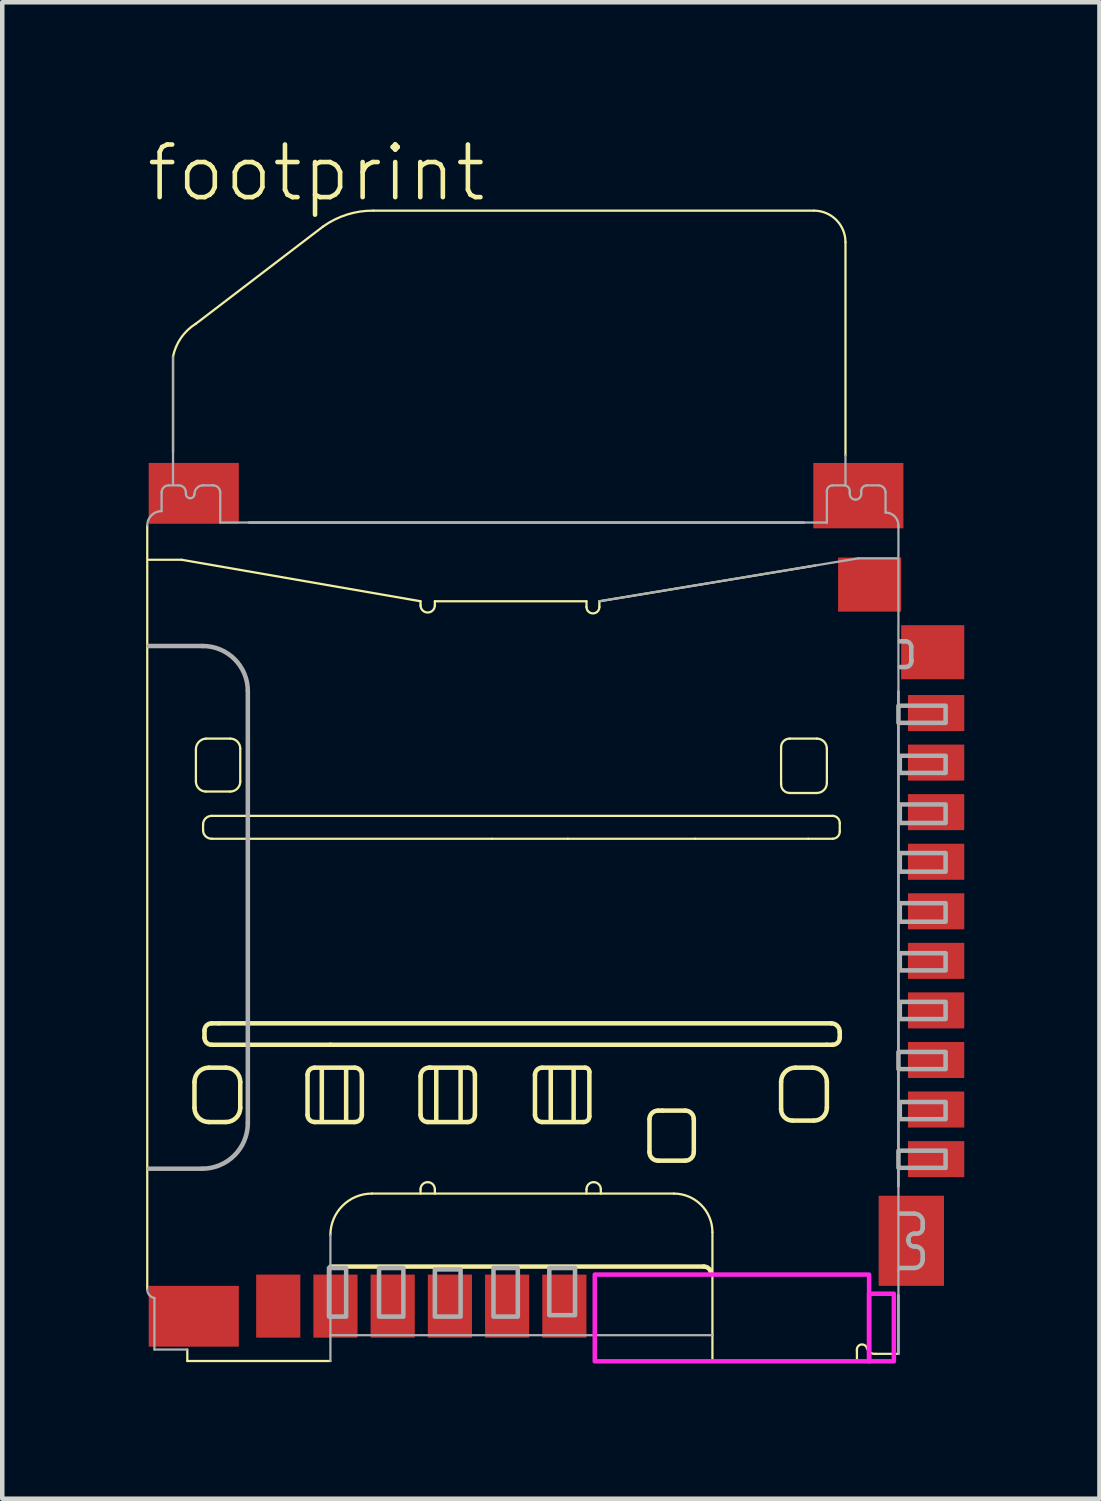
<source format=kicad_pcb>
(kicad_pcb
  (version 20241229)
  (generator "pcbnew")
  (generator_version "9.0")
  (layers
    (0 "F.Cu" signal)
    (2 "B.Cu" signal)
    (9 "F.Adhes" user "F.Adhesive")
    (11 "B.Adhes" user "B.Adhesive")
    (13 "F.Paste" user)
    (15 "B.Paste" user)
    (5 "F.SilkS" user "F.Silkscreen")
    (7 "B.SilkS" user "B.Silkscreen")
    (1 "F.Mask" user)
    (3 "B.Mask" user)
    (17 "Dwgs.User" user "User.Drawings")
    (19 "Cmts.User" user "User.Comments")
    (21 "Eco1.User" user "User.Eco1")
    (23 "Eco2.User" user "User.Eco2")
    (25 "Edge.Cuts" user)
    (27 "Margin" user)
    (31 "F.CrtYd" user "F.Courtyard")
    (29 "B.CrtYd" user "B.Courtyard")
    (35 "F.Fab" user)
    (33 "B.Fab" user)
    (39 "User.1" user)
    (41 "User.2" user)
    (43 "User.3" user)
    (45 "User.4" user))
  (footprint "footprint"
    (layer "F.Cu")
    (at 0.25 26.837)
    (property "Reference" "footprint" (at -0.102 -25.364 0) (layer "F.SilkS") (effects (font (size 1.168 1.168) (thickness 0.102)) (justify left bottom)))
    (fp_line (start -0.032 -18.226) (end -0.032 -1.27) (stroke (width 0.05) (type solid)) (layer "F.SilkS"))
    (fp_line (start -0.000003 -17.464) (end 0.73 -17.464) (stroke (width 0.05) (type solid)) (layer "F.SilkS"))
    (fp_line (start 0.54 -21.973) (end 0.54 -21.973) (stroke (width 0.05) (type solid)) (layer "F.SilkS"))
    (fp_line (start 0.54 -19.846) (end 0.54 -21.973) (stroke (width 0.05) (type solid)) (layer "F.SilkS"))
    (fp_line (start 0.73 -17.464) (end 6.033 -16.543) (stroke (width 0.05) (type solid)) (layer "F.SilkS"))
    (fp_line (start 0.857 0.064) (end 0.857 0.318) (stroke (width 0.05) (type solid)) (layer "F.SilkS"))
    (fp_line (start 0.857 0.318) (end 4.033 0.318) (stroke (width 0.05) (type solid)) (layer "F.SilkS"))
    (fp_line (start 1.016 -5.303) (end 1.016 -5.874) (stroke (width 0.1) (type solid)) (layer "F.SilkS"))
    (fp_line (start 1.048 -13.241) (end 1.048 -12.542) (stroke (width 0.05) (type solid)) (layer "F.SilkS"))
    (fp_line (start 1.048 -22.703) (end 3.874 -24.863) (stroke (width 0.05) (type solid)) (layer "F.SilkS"))
    (fp_line (start 1.207 -11.463) (end 1.207 -11.59) (stroke (width 0.05) (type solid)) (layer "F.SilkS"))
    (fp_line (start 1.238 -6.859) (end 1.238 -7.017) (stroke (width 0.1) (type solid)) (layer "F.SilkS"))
    (fp_line (start 1.27 -12.32) (end 1.81 -12.32) (stroke (width 0.05) (type solid)) (layer "F.SilkS"))
    (fp_line (start 1.334 -6.192) (end 1.715 -6.192) (stroke (width 0.1) (type solid)) (layer "F.SilkS"))
    (fp_line (start 1.397 -11.78) (end 15.178 -11.78) (stroke (width 0.05) (type solid)) (layer "F.SilkS"))
    (fp_line (start 1.397 -7.176) (end 1.556 -7.176) (stroke (width 0.1) (type solid)) (layer "F.SilkS"))
    (fp_line (start 1.556 -7.176) (end 15.146 -7.176) (stroke (width 0.1) (type solid)) (layer "F.SilkS"))
    (fp_line (start 1.715 -4.985) (end 1.334 -4.985) (stroke (width 0.1) (type solid)) (layer "F.SilkS"))
    (fp_line (start 1.81 -13.495) (end 1.27 -13.495) (stroke (width 0.05) (type solid)) (layer "F.SilkS"))
    (fp_line (start 2.032 -12.542) (end 2.032 -13.273) (stroke (width 0.05) (type solid)) (layer "F.SilkS"))
    (fp_line (start 2.032 -5.874) (end 2.032 -5.303) (stroke (width 0.1) (type solid)) (layer "F.SilkS"))
    (fp_line (start 2.223 -18.29) (end 14.543 -18.29) (stroke (width 0.05) (type solid)) (layer "F.SilkS"))
    (fp_line (start 3.525 -5.144) (end 3.525 -6.033) (stroke (width 0.1) (type solid)) (layer "F.SilkS"))
    (fp_line (start 3.683 -6.192) (end 4.572 -6.192) (stroke (width 0.1) (type solid)) (layer "F.SilkS"))
    (fp_line (start 3.842 -6.16) (end 3.842 -5.049) (stroke (width 0.1) (type solid)) (layer "F.SilkS"))
    (fp_line (start 4.033 -6.7) (end 1.397 -6.7) (stroke (width 0.1) (type solid)) (layer "F.SilkS"))
    (fp_line (start 4.033 -1.778) (end 12.32 -1.778) (stroke (width 0.1) (type solid)) (layer "F.SilkS"))
    (fp_line (start 4.382 -6.16) (end 4.382 -5.017) (stroke (width 0.1) (type solid)) (layer "F.SilkS"))
    (fp_line (start 4.572 -4.985) (end 3.683 -4.985) (stroke (width 0.1) (type solid)) (layer "F.SilkS"))
    (fp_line (start 4.731 -6.033) (end 4.731 -5.144) (stroke (width 0.1) (type solid)) (layer "F.SilkS"))
    (fp_line (start 4.953 -3.398) (end 11.653 -3.398) (stroke (width 0.05) (type solid)) (layer "F.SilkS"))
    (fp_line (start 4.985 -25.212) (end 14.764 -25.212) (stroke (width 0.05) (type solid)) (layer "F.SilkS"))
    (fp_line (start 6.033 -16.543) (end 6.033 -16.448) (stroke (width 0.05) (type solid)) (layer "F.SilkS"))
    (fp_line (start 6.033 -5.144) (end 6.033 -6.001) (stroke (width 0.1) (type solid)) (layer "F.SilkS"))
    (fp_line (start 6.033 -3.398) (end 6.033 -3.493) (stroke (width 0.05) (type solid)) (layer "F.SilkS"))
    (fp_line (start 6.224 -6.192) (end 6.255 -6.192) (stroke (width 0.1) (type solid)) (layer "F.SilkS"))
    (fp_line (start 6.255 -6.192) (end 7.081 -6.192) (stroke (width 0.1) (type solid)) (layer "F.SilkS"))
    (fp_line (start 6.351 -16.543) (end 9.716 -16.543) (stroke (width 0.05) (type solid)) (layer "F.SilkS"))
    (fp_line (start 6.351 -16.448) (end 6.351 -16.543) (stroke (width 0.05) (type solid)) (layer "F.SilkS"))
    (fp_line (start 6.351 -3.398) (end 6.351 -3.493) (stroke (width 0.05) (type solid)) (layer "F.SilkS"))
    (fp_line (start 6.382 -6.16) (end 6.382 -5.049) (stroke (width 0.1) (type solid)) (layer "F.SilkS"))
    (fp_line (start 6.922 -6.16) (end 6.922 -5.049) (stroke (width 0.1) (type solid)) (layer "F.SilkS"))
    (fp_line (start 7.081 -4.985) (end 6.192 -4.985) (stroke (width 0.1) (type solid)) (layer "F.SilkS"))
    (fp_line (start 7.24 -6.033) (end 7.24 -5.144) (stroke (width 0.1) (type solid)) (layer "F.SilkS"))
    (fp_line (start 7.621 -11.272) (end 1.397 -11.272) (stroke (width 0.05) (type solid)) (layer "F.SilkS"))
    (fp_line (start 8.573 -5.144) (end 8.573 -6.033) (stroke (width 0.1) (type solid)) (layer "F.SilkS"))
    (fp_line (start 8.732 -6.192) (end 9.685 -6.192) (stroke (width 0.1) (type solid)) (layer "F.SilkS"))
    (fp_line (start 8.923 -6.16) (end 8.923 -5.049) (stroke (width 0.1) (type solid)) (layer "F.SilkS"))
    (fp_line (start 9.304 -11.272) (end 7.621 -11.272) (stroke (width 0.05) (type solid)) (layer "F.SilkS"))
    (fp_line (start 9.431 -6.16) (end 9.431 -5.017) (stroke (width 0.1) (type solid)) (layer "F.SilkS"))
    (fp_line (start 9.653 -4.985) (end 8.732 -4.985) (stroke (width 0.1) (type solid)) (layer "F.SilkS"))
    (fp_line (start 9.716 -16.543) (end 9.716 -16.416) (stroke (width 0.05) (type solid)) (layer "F.SilkS"))
    (fp_line (start 9.716 -3.398) (end 9.716 -3.493) (stroke (width 0.05) (type solid)) (layer "F.SilkS"))
    (fp_line (start 9.78 -6.097) (end 9.78 -5.112) (stroke (width 0.1) (type solid)) (layer "F.SilkS"))
    (fp_line (start 10.002 -16.543) (end 14.797 -17.337) (stroke (width 0.05) (type solid)) (layer "F.SilkS"))
    (fp_line (start 10.002 -16.416) (end 10.002 -16.543) (stroke (width 0.05) (type solid)) (layer "F.SilkS"))
    (fp_line (start 10.034 -3.398) (end 10.034 -3.493) (stroke (width 0.05) (type solid)) (layer "F.SilkS"))
    (fp_line (start 11.114 -4.318) (end 11.114 -5.049) (stroke (width 0.1) (type solid)) (layer "F.SilkS"))
    (fp_line (start 11.304 -5.239) (end 11.399 -5.239) (stroke (width 0.1) (type solid)) (layer "F.SilkS"))
    (fp_line (start 11.399 -5.239) (end 11.907 -5.239) (stroke (width 0.1) (type solid)) (layer "F.SilkS"))
    (fp_line (start 11.907 -4.128) (end 11.304 -4.128) (stroke (width 0.1) (type solid)) (layer "F.SilkS"))
    (fp_line (start 12.098 -5.049) (end 12.098 -4.318) (stroke (width 0.1) (type solid)) (layer "F.SilkS"))
    (fp_line (start 12.13 -11.272) (end 9.304 -11.272) (stroke (width 0.05) (type solid)) (layer "F.SilkS"))
    (fp_line (start 12.511 -2.54) (end 12.511 -0.254) (stroke (width 0.05) (type solid)) (layer "F.SilkS"))
    (fp_line (start 12.511 -0.254) (end 12.511 0.318) (stroke (width 0.05) (type solid)) (layer "F.SilkS"))
    (fp_line (start 12.511 0.318) (end 15.718 0.318) (stroke (width 0.05) (type solid)) (layer "F.SilkS"))
    (fp_line (start 14.035 -13.305) (end 14.035 -12.511) (stroke (width 0.05) (type solid)) (layer "F.SilkS"))
    (fp_line (start 14.035 -12.511) (end 14.035 -12.479) (stroke (width 0.05) (type solid)) (layer "F.SilkS"))
    (fp_line (start 14.035 -5.271) (end 14.035 -5.874) (stroke (width 0.1) (type solid)) (layer "F.SilkS"))
    (fp_line (start 14.225 -12.288) (end 14.829 -12.288) (stroke (width 0.05) (type solid)) (layer "F.SilkS"))
    (fp_line (start 14.352 -6.192) (end 14.733 -6.192) (stroke (width 0.1) (type solid)) (layer "F.SilkS"))
    (fp_line (start 14.638 -11.272) (end 12.13 -11.272) (stroke (width 0.05) (type solid)) (layer "F.SilkS"))
    (fp_line (start 14.765 -5.017) (end 14.289 -5.017) (stroke (width 0.1) (type solid)) (layer "F.SilkS"))
    (fp_line (start 14.829 -13.495) (end 14.225 -13.495) (stroke (width 0.05) (type solid)) (layer "F.SilkS"))
    (fp_line (start 15.051 -12.511) (end 15.051 -13.273) (stroke (width 0.05) (type solid)) (layer "F.SilkS"))
    (fp_line (start 15.051 -6.7) (end 4.033 -6.7) (stroke (width 0.1) (type solid)) (layer "F.SilkS"))
    (fp_line (start 15.051 -5.874) (end 15.051 -5.303) (stroke (width 0.1) (type solid)) (layer "F.SilkS"))
    (fp_line (start 15.178 -11.272) (end 14.638 -11.272) (stroke (width 0.05) (type solid)) (layer "F.SilkS"))
    (fp_line (start 15.178 -6.7) (end 15.051 -6.7) (stroke (width 0.1) (type solid)) (layer "F.SilkS"))
    (fp_line (start 15.337 -11.622) (end 15.337 -11.431) (stroke (width 0.05) (type solid)) (layer "F.SilkS"))
    (fp_line (start 15.337 -6.986) (end 15.337 -6.859) (stroke (width 0.1) (type solid)) (layer "F.SilkS"))
    (fp_line (start 15.464 -24.512) (end 15.464 -19.782) (stroke (width 0.05) (type solid)) (layer "F.SilkS"))
    (fp_line (start 15.718 0.095) (end 15.718 0.064) (stroke (width 0.05) (type solid)) (layer "F.SilkS"))
    (fp_line (start 15.718 0.318) (end 15.718 0.095) (stroke (width 0.05) (type solid)) (layer "F.SilkS"))
    (fp_line (start 16.131 0.159) (end 16.639 0.159) (stroke (width 0.05) (type solid)) (layer "F.SilkS"))
    (fp_line (start 16.639 -3.556) (end 16.639 -14.543) (stroke (width 0.05) (type solid)) (layer "F.SilkS"))
    (fp_line (start 16.639 0.159) (end 16.639 -1.143) (stroke (width 0.05) (type solid)) (layer "F.SilkS"))
    (fp_line (start 16.924 -15.241) (end 16.924 -15.21) (stroke (width 0.1) (type solid)) (layer "F.SilkS"))
    (fp_arc (start 0.5398 -21.973075) (mid 0.718442 -22.390674) (end 1.04785 -22.703392) (stroke (width 0.05) (type solid)) (layer "F.SilkS"))
    (fp_arc (start 1.016096 -5.874306) (mid 1.109099 -6.098832) (end 1.333625 -6.191833) (stroke (width 0.1) (type solid)) (layer "F.SilkS"))
    (fp_arc (start 1.047845 -13.241003) (mid 1.10637 -13.414048) (end 1.270115 -13.495025) (stroke (width 0.05) (type solid)) (layer "F.SilkS"))
    (fp_arc (start 1.206609 -11.589843) (mid 1.262411 -11.724559) (end 1.397128 -11.78036) (stroke (width 0.05) (type solid)) (layer "F.SilkS"))
    (fp_arc (start 1.238365 -7.017412) (mid 1.284866 -7.129677) (end 1.397131 -7.176178) (stroke (width 0.1) (type solid)) (layer "F.SilkS"))
    (fp_arc (start 1.270118 -12.320162) (mid 1.112948 -12.385264) (end 1.047846 -12.542434) (stroke (width 0.05) (type solid)) (layer "F.SilkS"))
    (fp_arc (start 1.333625 -4.985221) (mid 1.109099 -5.078222) (end 1.016096 -5.302748) (stroke (width 0.1) (type solid)) (layer "F.SilkS"))
    (fp_arc (start 1.397128 -11.272312) (mid 1.262411 -11.328113) (end 1.206609 -11.462829) (stroke (width 0.05) (type solid)) (layer "F.SilkS"))
    (fp_arc (start 1.397128 -6.699884) (mid 1.284866 -6.746384) (end 1.238365 -6.858645) (stroke (width 0.1) (type solid)) (layer "F.SilkS"))
    (fp_arc (start 1.714662 -6.191834) (mid 1.939188 -6.098832) (end 2.03219 -5.874306) (stroke (width 0.1) (type solid)) (layer "F.SilkS"))
    (fp_arc (start 1.809915 -13.495025) (mid 1.967085 -13.429923) (end 2.032187 -13.272753) (stroke (width 0.05) (type solid)) (layer "F.SilkS"))
    (fp_arc (start 2.032185 -12.542431) (mid 1.967085 -12.385263) (end 1.809918 -12.320162) (stroke (width 0.05) (type solid)) (layer "F.SilkS"))
    (fp_arc (start 2.03219 -5.30275) (mid 1.939189 -5.078223) (end 1.714662 -4.98522) (stroke (width 0.1) (type solid)) (layer "F.SilkS"))
    (fp_arc (start 3.524584 -6.033071) (mid 3.571084 -6.145333) (end 3.683346 -6.191833) (stroke (width 0.1) (type solid)) (layer "F.SilkS"))
    (fp_arc (start 3.68335 -4.985221) (mid 3.571085 -5.031722) (end 3.524584 -5.143987) (stroke (width 0.1) (type solid)) (layer "F.SilkS"))
    (fp_arc (start 3.873865 -24.8626) (mid 4.401887 -25.125228) (end 4.985215 -25.21188) (stroke (width 0.05) (type solid)) (layer "F.SilkS"))
    (fp_arc (start 4.032628 -2.476731) (mid 4.302335 -3.12786) (end 4.953465 -3.397566) (stroke (width 0.05) (type solid)) (layer "F.SilkS"))
    (fp_arc (start 4.572431 -6.191834) (mid 4.684695 -6.145332) (end 4.731196 -6.033067) (stroke (width 0.1) (type solid)) (layer "F.SilkS"))
    (fp_arc (start 4.731196 -5.143987) (mid 4.684695 -5.031722) (end 4.572431 -4.98522) (stroke (width 0.1) (type solid)) (layer "F.SilkS"))
    (fp_arc (start 6.033068 -6.001315) (mid 6.08887 -6.136031) (end 6.223587 -6.191832) (stroke (width 0.1) (type solid)) (layer "F.SilkS"))
    (fp_arc (start 6.033068 -3.492828) (mid 6.07957 -3.605092) (end 6.191834 -3.651592) (stroke (width 0.05) (type solid)) (layer "F.SilkS"))
    (fp_arc (start 6.191833 -3.651593) (mid 6.304098 -3.605092) (end 6.3506 -3.492828) (stroke (width 0.05) (type solid)) (layer "F.SilkS"))
    (fp_arc (start 6.191834 -4.985221) (mid 6.079569 -5.031722) (end 6.033068 -5.143987) (stroke (width 0.1) (type solid)) (layer "F.SilkS"))
    (fp_arc (start 6.350595 -16.448053) (mid 6.19183 -16.289288) (end 6.033065 -16.448053) (stroke (width 0.05) (type solid)) (layer "F.SilkS"))
    (fp_arc (start 7.080918 -6.191834) (mid 7.193183 -6.145333) (end 7.239684 -6.033068) (stroke (width 0.1) (type solid)) (layer "F.SilkS"))
    (fp_arc (start 7.239684 -5.143987) (mid 7.193183 -5.031722) (end 7.080918 -4.985221) (stroke (width 0.1) (type solid)) (layer "F.SilkS"))
    (fp_arc (start 8.573309 -6.033068) (mid 8.61981 -6.145333) (end 8.732075 -6.191834) (stroke (width 0.1) (type solid)) (layer "F.SilkS"))
    (fp_arc (start 8.732075 -4.985221) (mid 8.61981 -5.031722) (end 8.573309 -5.143987) (stroke (width 0.1) (type solid)) (layer "F.SilkS"))
    (fp_arc (start 9.684665 -6.191834) (mid 9.752024 -6.163933) (end 9.779925 -6.096574) (stroke (width 0.1) (type solid)) (layer "F.SilkS"))
    (fp_arc (start 9.716418 -3.492828) (mid 9.76292 -3.605092) (end 9.875184 -3.651592) (stroke (width 0.05) (type solid)) (layer "F.SilkS"))
    (fp_arc (start 9.779925 -5.112234) (mid 9.742724 -5.022421) (end 9.652912 -4.985219) (stroke (width 0.1) (type solid)) (layer "F.SilkS"))
    (fp_arc (start 9.875184 -3.651593) (mid 9.987446 -3.605093) (end 10.033946 -3.492831) (stroke (width 0.05) (type solid)) (layer "F.SilkS"))
    (fp_arc (start 10.002189 -16.4163) (mid 9.859302 -16.273413) (end 9.716415 -16.4163) (stroke (width 0.05) (type solid)) (layer "F.SilkS"))
    (fp_arc (start 11.11355 -5.048725) (mid 11.169351 -5.183442) (end 11.304068 -5.239243) (stroke (width 0.1) (type solid)) (layer "F.SilkS"))
    (fp_arc (start 11.304068 -4.12789) (mid 11.169351 -4.183691) (end 11.11355 -4.318408) (stroke (width 0.1) (type solid)) (layer "F.SilkS"))
    (fp_arc (start 11.653346 -3.397568) (mid 12.259571 -3.146461) (end 12.510678 -2.540236) (stroke (width 0.05) (type solid)) (layer "F.SilkS"))
    (fp_arc (start 11.907378 -5.239243) (mid 12.042093 -5.183441) (end 12.097893 -5.048726) (stroke (width 0.1) (type solid)) (layer "F.SilkS"))
    (fp_arc (start 12.097893 -4.318409) (mid 12.042092 -4.183691) (end 11.907375 -4.127889) (stroke (width 0.1) (type solid)) (layer "F.SilkS"))
    (fp_arc (start 12.320162 -1.778168) (mid 12.432427 -1.731667) (end 12.478928 -1.619402) (stroke (width 0.1) (type solid)) (layer "F.SilkS"))
    (fp_arc (start 14.034819 -13.304506) (mid 14.090622 -13.439224) (end 14.22534 -13.495025) (stroke (width 0.05) (type solid)) (layer "F.SilkS"))
    (fp_arc (start 14.034825 -5.874303) (mid 14.127828 -6.09883) (end 14.352356 -6.191832) (stroke (width 0.1) (type solid)) (layer "F.SilkS"))
    (fp_arc (start 14.225338 -12.288409) (mid 14.090622 -12.344211) (end 14.034821 -12.478928) (stroke (width 0.05) (type solid)) (layer "F.SilkS"))
    (fp_arc (start 14.288846 -5.016975) (mid 14.109226 -5.091375) (end 14.034825 -5.270994) (stroke (width 0.1) (type solid)) (layer "F.SilkS"))
    (fp_arc (start 14.733393 -6.191834) (mid 14.957919 -6.098832) (end 15.050921 -5.874306) (stroke (width 0.1) (type solid)) (layer "F.SilkS"))
    (fp_arc (start 14.763706 -25.211881) (mid 15.258681 -25.006856) (end 15.463706 -24.511881) (stroke (width 0.05) (type solid)) (layer "F.SilkS"))
    (fp_arc (start 14.828646 -13.495025) (mid 14.985816 -13.429923) (end 15.050918 -13.272753) (stroke (width 0.05) (type solid)) (layer "F.SilkS"))
    (fp_arc (start 15.050918 -12.510681) (mid 14.985816 -12.353511) (end 14.828646 -12.288409) (stroke (width 0.05) (type solid)) (layer "F.SilkS"))
    (fp_arc (start 15.050921 -5.302753) (mid 14.967219 -5.100677) (end 14.765143 -5.016975) (stroke (width 0.1) (type solid)) (layer "F.SilkS"))
    (fp_arc (start 15.146181 -7.176178) (mid 15.280899 -7.120375) (end 15.3367 -6.985657) (stroke (width 0.1) (type solid)) (layer "F.SilkS"))
    (fp_arc (start 15.177931 -11.780362) (mid 15.290195 -11.73386) (end 15.336696 -11.621595) (stroke (width 0.05) (type solid)) (layer "F.SilkS"))
    (fp_arc (start 15.336696 -11.431078) (mid 15.290195 -11.318813) (end 15.177931 -11.272311) (stroke (width 0.05) (type solid)) (layer "F.SilkS"))
    (fp_arc (start 15.3367 -6.858646) (mid 15.290199 -6.746384) (end 15.177937 -6.699883) (stroke (width 0.1) (type solid)) (layer "F.SilkS"))
    (fp_arc (start 15.717731 0.063506) (mid 15.815096 -0.048759) (end 15.940003 0.031751) (stroke (width 0.05) (type solid)) (layer "F.SilkS"))
    (fp_arc (start 16.13052 0.158765) (mid 16.012115 0.129978) (end 15.940003 0.031753) (stroke (width 0.05) (type solid)) (layer "F.SilkS"))
    (fp_poly (pts (xy 9.9 0.325) (xy 15.988 0.325) (xy 15.988 -1.6) (xy 9.9 -1.6)) (stroke (width 0.1) (type solid)) (fill no) (layer "F.CrtYd"))
    (fp_poly (pts (xy 15.988 0.325) (xy 16.538 0.325) (xy 16.538 -1.175) (xy 15.988 -1.175)) (stroke (width 0.1) (type solid)) (fill no) (layer "F.CrtYd"))
    (fp_line (start 0 -15.55) (end 1.2 -15.55) (stroke (width 0.1) (type solid)) (layer "F.Fab"))
    (fp_line (start 0.127 -1.08) (end 0.127 0.064) (stroke (width 0.05) (type solid)) (layer "F.Fab"))
    (fp_line (start 0.127 0.064) (end 0.857 0.064) (stroke (width 0.05) (type solid)) (layer "F.Fab"))
    (fp_line (start 0.286 -18.544) (end 0.286 -18.957) (stroke (width 0.05) (type solid)) (layer "F.Fab"))
    (fp_line (start 0.445 -19.115) (end 0.667 -19.115) (stroke (width 0.05) (type solid)) (layer "F.Fab"))
    (fp_line (start 0.54 -19.147) (end 0.54 -21.973) (stroke (width 0.05) (type solid)) (layer "F.Fab"))
    (fp_line (start 0.826 -18.957) (end 0.826 -18.925) (stroke (width 0.05) (type solid)) (layer "F.Fab"))
    (fp_line (start 1.188 -3.95) (end 0.006 -3.95) (stroke (width 0.1) (type solid)) (layer "F.Fab"))
    (fp_line (start 1.207 -19.115) (end 1.429 -19.115) (stroke (width 0.05) (type solid)) (layer "F.Fab"))
    (fp_line (start 1.588 -18.957) (end 1.588 -18.29) (stroke (width 0.05) (type solid)) (layer "F.Fab"))
    (fp_line (start 1.588 -18.29) (end 15.051 -18.29) (stroke (width 0.05) (type solid)) (layer "F.Fab"))
    (fp_line (start 2.2 -14.55) (end 2.2 -4.963) (stroke (width 0.1) (type solid)) (layer "F.Fab"))
    (fp_line (start 4.033 -0.254) (end 4.033 -2.477) (stroke (width 0.05) (type solid)) (layer "F.Fab"))
    (fp_line (start 4.033 -0.254) (end 12.511 -0.254) (stroke (width 0.05) (type solid)) (layer "F.Fab"))
    (fp_line (start 4.033 0.318) (end 4.033 -0.254) (stroke (width 0.05) (type solid)) (layer "F.Fab"))
    (fp_line (start 10.002 -16.543) (end 15.749 -17.496) (stroke (width 0.05) (type solid)) (layer "F.Fab"))
    (fp_line (start 15.051 -18.988) (end 15.051 -18.861) (stroke (width 0.05) (type solid)) (layer "F.Fab"))
    (fp_line (start 15.051 -18.29) (end 15.051 -18.861) (stroke (width 0.05) (type solid)) (layer "F.Fab"))
    (fp_line (start 15.432 -19.115) (end 15.178 -19.115) (stroke (width 0.05) (type solid)) (layer "F.Fab"))
    (fp_line (start 15.464 -19.781) (end 15.464 -19.147) (stroke (width 0.05) (type solid)) (layer "F.Fab"))
    (fp_line (start 15.559 -18.957) (end 15.559 -18.988) (stroke (width 0.05) (type solid)) (layer "F.Fab"))
    (fp_line (start 15.559 -18.925) (end 15.559 -18.957) (stroke (width 0.05) (type solid)) (layer "F.Fab"))
    (fp_line (start 15.749 -17.496) (end 16.607 -17.496) (stroke (width 0.05) (type solid)) (layer "F.Fab"))
    (fp_line (start 15.813 -18.988) (end 15.813 -18.925) (stroke (width 0.05) (type solid)) (layer "F.Fab"))
    (fp_line (start 16.194 -19.115) (end 15.94 -19.115) (stroke (width 0.05) (type solid)) (layer "F.Fab"))
    (fp_line (start 16.353 -18.512) (end 16.353 -18.957) (stroke (width 0.05) (type solid)) (layer "F.Fab"))
    (fp_line (start 16.639 -18.194) (end 16.639 -18.226) (stroke (width 0.05) (type solid)) (layer "F.Fab"))
    (fp_line (start 16.639 -1.683) (end 16.639 -18.194) (stroke (width 0.05) (type solid)) (layer "F.Fab"))
    (fp_line (start 16.639 0.159) (end 16.639 -1.683) (stroke (width 0.05) (type solid)) (layer "F.Fab"))
    (fp_line (start 16.67 -15.654) (end 16.734 -15.654) (stroke (width 0.1) (type solid)) (layer "F.Fab"))
    (fp_line (start 16.67 -2.953) (end 16.988 -2.953) (stroke (width 0.1) (type solid)) (layer "F.Fab"))
    (fp_line (start 16.734 -15.654) (end 16.797 -15.654) (stroke (width 0.1) (type solid)) (layer "F.Fab"))
    (fp_line (start 16.797 -15.083) (end 16.67 -15.083) (stroke (width 0.1) (type solid)) (layer "F.Fab"))
    (fp_line (start 16.861 -2.381) (end 16.861 -2.35) (stroke (width 0.1) (type solid)) (layer "F.Fab"))
    (fp_line (start 16.924 -15.527) (end 16.924 -15.241) (stroke (width 0.1) (type solid)) (layer "F.Fab"))
    (fp_line (start 16.988 -1.746) (end 16.67 -1.746) (stroke (width 0.1) (type solid)) (layer "F.Fab"))
    (fp_line (start 16.988 -2.223) (end 17.02 -2.223) (stroke (width 0.1) (type solid)) (layer "F.Fab"))
    (fp_line (start 17.051 -2.508) (end 16.988 -2.508) (stroke (width 0.1) (type solid)) (layer "F.Fab"))
    (fp_line (start 17.178 -2.731) (end 17.178 -2.635) (stroke (width 0.1) (type solid)) (layer "F.Fab"))
    (fp_line (start 17.178 -2.064) (end 17.178 -1.937) (stroke (width 0.1) (type solid)) (layer "F.Fab"))
    (fp_arc (start -0.031757 -18.226218) (mid 0.061246 -18.450747) (end 0.285775 -18.54375) (stroke (width 0.05) (type solid)) (layer "F.Fab"))
    (fp_arc (start 0.127007 -1.0796) (mid 0.013137 -1.146119) (end -0.031756 -1.270118) (stroke (width 0.05) (type solid)) (layer "F.Fab"))
    (fp_arc (start 0.285775 -18.956543) (mid 0.332275 -19.068805) (end 0.444537 -19.115305) (stroke (width 0.05) (type solid)) (layer "F.Fab"))
    (fp_arc (start 0.666809 -19.115306) (mid 0.779074 -19.068805) (end 0.825575 -18.95654) (stroke (width 0.05) (type solid)) (layer "F.Fab"))
    (fp_arc (start 0.920832 -18.829528) (mid 0.853475 -18.857429) (end 0.825575 -18.924787) (stroke (width 0.05) (type solid)) (layer "F.Fab"))
    (fp_arc (start 1.016091 -18.924787) (mid 0.988191 -18.857429) (end 0.920834 -18.829528) (stroke (width 0.05) (type solid)) (layer "F.Fab"))
    (fp_arc (start 1.016093 -18.924787) (mid 1.071895 -19.059503) (end 1.206612 -19.115304) (stroke (width 0.05) (type solid)) (layer "F.Fab"))
    (fp_arc (start 1.2 -15.55) (mid 1.907107 -15.257107) (end 2.2 -14.55) (stroke (width 0.1) (type solid)) (layer "F.Fab"))
    (fp_arc (start 1.428881 -19.115306) (mid 1.541145 -19.068804) (end 1.587646 -18.956539) (stroke (width 0.05) (type solid)) (layer "F.Fab"))
    (fp_arc (start 2.2 -4.9625) (mid 1.903446 -4.246554) (end 1.1875 -3.95) (stroke (width 0.1) (type solid)) (layer "F.Fab"))
    (fp_arc (start 15.050916 -18.988293) (mid 15.088118 -19.078105) (end 15.177931 -19.115306) (stroke (width 0.05) (type solid)) (layer "F.Fab"))
    (fp_arc (start 15.431952 -19.115306) (mid 15.521764 -19.078105) (end 15.558965 -18.988293) (stroke (width 0.05) (type solid)) (layer "F.Fab"))
    (fp_arc (start 15.685978 -18.797775) (mid 15.596167 -18.834975) (end 15.558965 -18.924786) (stroke (width 0.05) (type solid)) (layer "F.Fab"))
    (fp_arc (start 15.812988 -18.988293) (mid 15.85019 -19.078105) (end 15.940003 -19.115306) (stroke (width 0.05) (type solid)) (layer "F.Fab"))
    (fp_arc (start 15.81299 -18.924787) (mid 15.775789 -18.834976) (end 15.685978 -18.797775) (stroke (width 0.05) (type solid)) (layer "F.Fab"))
    (fp_arc (start 16.194024 -19.115306) (mid 16.306289 -19.068805) (end 16.35279 -18.95654) (stroke (width 0.05) (type solid)) (layer "F.Fab"))
    (fp_arc (start 16.35279 -18.511996) (mid 16.554866 -18.428294) (end 16.638568 -18.226218) (stroke (width 0.05) (type solid)) (layer "F.Fab"))
    (fp_arc (start 16.797337 -15.654228) (mid 16.887149 -15.617026) (end 16.92435 -15.527213) (stroke (width 0.1) (type solid)) (layer "F.Fab"))
    (fp_arc (start 16.860842 -2.381475) (mid 16.898044 -2.471286) (end 16.987856 -2.508487) (stroke (width 0.1) (type solid)) (layer "F.Fab"))
    (fp_arc (start 16.92435 -15.209687) (mid 16.887149 -15.119875) (end 16.797337 -15.082674) (stroke (width 0.1) (type solid)) (layer "F.Fab"))
    (fp_arc (start 16.987855 -2.222709) (mid 16.898044 -2.25991) (end 16.860843 -2.349721) (stroke (width 0.1) (type solid)) (layer "F.Fab"))
    (fp_arc (start 16.987856 -2.953028) (mid 17.134229 -2.885705) (end 17.178372 -2.730757) (stroke (width 0.1) (type solid)) (layer "F.Fab"))
    (fp_arc (start 17.019606 -2.222709) (mid 17.13187 -2.176207) (end 17.178371 -2.063942) (stroke (width 0.1) (type solid)) (layer "F.Fab"))
    (fp_arc (start 17.178371 -2.635496) (mid 17.141171 -2.545686) (end 17.051362 -2.508485) (stroke (width 0.1) (type solid)) (layer "F.Fab"))
    (fp_arc (start 17.178371 -1.936934) (mid 17.12257 -1.802216) (end 16.987853 -1.746414) (stroke (width 0.1) (type solid)) (layer "F.Fab"))
    (fp_poly (pts (xy 4.001 -0.667) (xy 4.382 -0.667) (xy 4.382 -1.746) (xy 4.001 -1.746)) (stroke (width 0.1) (type solid)) (fill no) (layer "F.Fab"))
    (fp_poly (pts (xy 5.112 -0.667) (xy 5.652 -0.667) (xy 5.652 -1.746) (xy 5.112 -1.746)) (stroke (width 0.1) (type solid)) (fill no) (layer "F.Fab"))
    (fp_poly (pts (xy 6.351 -0.667) (xy 6.922 -0.667) (xy 6.922 -1.715) (xy 6.351 -1.715)) (stroke (width 0.1) (type solid)) (fill no) (layer "F.Fab"))
    (fp_poly (pts (xy 7.652 -0.667) (xy 8.192 -0.667) (xy 8.192 -1.746) (xy 7.652 -1.746)) (stroke (width 0.1) (type solid)) (fill no) (layer "F.Fab"))
    (fp_poly (pts (xy 8.891 -0.699) (xy 9.462 -0.699) (xy 9.462 -1.746) (xy 8.891 -1.746)) (stroke (width 0.1) (type solid)) (fill no) (layer "F.Fab"))
    (fp_poly (pts (xy 16.639 -13.844) (xy 17.686 -13.844) (xy 17.686 -14.225) (xy 16.639 -14.225)) (stroke (width 0.1) (type solid)) (fill no) (layer "F.Fab"))
    (fp_poly (pts (xy 16.639 -6.16) (xy 17.686 -6.16) (xy 17.686 -6.541) (xy 16.639 -6.541)) (stroke (width 0.1) (type solid)) (fill no) (layer "F.Fab"))
    (fp_poly (pts (xy 16.639 -3.969) (xy 17.686 -3.969) (xy 17.686 -4.35) (xy 16.639 -4.35)) (stroke (width 0.1) (type solid)) (fill no) (layer "F.Fab"))
    (fp_poly (pts (xy 16.67 -12.733) (xy 17.686 -12.733) (xy 17.686 -13.114) (xy 16.67 -13.114)) (stroke (width 0.1) (type solid)) (fill no) (layer "F.Fab"))
    (fp_poly (pts (xy 16.67 -11.622) (xy 17.686 -11.622) (xy 17.686 -12.034) (xy 16.67 -12.034)) (stroke (width 0.1) (type solid)) (fill no) (layer "F.Fab"))
    (fp_poly (pts (xy 16.67 -10.542) (xy 17.686 -10.542) (xy 17.686 -10.955) (xy 16.67 -10.955)) (stroke (width 0.1) (type solid)) (fill no) (layer "F.Fab"))
    (fp_poly (pts (xy 16.67 -9.431) (xy 17.686 -9.431) (xy 17.686 -9.843) (xy 16.67 -9.843)) (stroke (width 0.1) (type solid)) (fill no) (layer "F.Fab"))
    (fp_poly (pts (xy 16.67 -8.351) (xy 17.686 -8.351) (xy 17.686 -8.732) (xy 16.67 -8.732)) (stroke (width 0.1) (type solid)) (fill no) (layer "F.Fab"))
    (fp_poly (pts (xy 16.67 -7.271) (xy 17.686 -7.271) (xy 17.686 -7.652) (xy 16.67 -7.652)) (stroke (width 0.1) (type solid)) (fill no) (layer "F.Fab"))
    (fp_poly (pts (xy 16.67 -5.049) (xy 17.686 -5.049) (xy 17.686 -5.43) (xy 16.67 -5.43)) (stroke (width 0.1) (type solid)) (fill no) (layer "F.Fab"))
    (pad "G1" smd rect (at 1 -18.938) (size 2 1.35) (layers "F.Cu" "F.Mask" "F.Paste"))
    (pad "G2" smd rect (at 1 -0.675) (size 2 1.35) (layers "F.Cu" "F.Mask" "F.Paste"))
    (pad "G3" smd rect (at 15.75 -18.887) (size 2 1.45) (layers "F.Cu" "F.Mask" "F.Paste"))
    (pad "G4" smd rect (at 16.925 -2.35) (size 1.45 2) (layers "F.Cu" "F.Mask" "F.Paste"))
    (pad "S1" smd rect (at 17.475 -4.162) (size 1.25 0.8) (layers "F.Cu" "F.Mask" "F.Paste"))
    (pad "S2" smd rect (at 9.225 -0.9) (size 0.98 1.4) (layers "F.Cu" "F.Mask" "F.Paste"))
    (pad "S3" smd rect (at 6.685 -0.9) (size 0.98 1.4) (layers "F.Cu" "F.Mask" "F.Paste"))
    (pad "S4" smd rect (at 4.145 -0.9) (size 0.98 1.4) (layers "F.Cu" "F.Mask" "F.Paste"))
    (pad "S5" smd rect (at 17.475 -14.062) (size 1.25 0.8) (layers "F.Cu" "F.Mask" "F.Paste"))
    (pad "S6" smd rect (at 7.955 -0.9) (size 0.98 1.4) (layers "F.Cu" "F.Mask" "F.Paste"))
    (pad "S7" smd rect (at 5.415 -0.9) (size 0.98 1.4) (layers "F.Cu" "F.Mask" "F.Paste"))
    (pad "S8" smd rect (at 2.875 -0.9) (size 0.98 1.4) (layers "F.Cu" "F.Mask" "F.Paste"))
    (pad "ST1" smd rect (at 17.4 -15.412) (size 1.4 1.2) (layers "F.Cu" "F.Mask" "F.Paste"))
    (pad "ST2" smd rect (at 16 -16.913) (size 1.4 1.2) (layers "F.Cu" "F.Mask" "F.Paste"))
    (pad "T1" smd rect (at 17.475 -12.963) (size 1.25 0.8) (layers "F.Cu" "F.Mask" "F.Paste"))
    (pad "T2" smd rect (at 17.475 -11.863) (size 1.25 0.8) (layers "F.Cu" "F.Mask" "F.Paste"))
    (pad "T3" smd rect (at 17.475 -10.762) (size 1.25 0.8) (layers "F.Cu" "F.Mask" "F.Paste"))
    (pad "T4" smd rect (at 17.475 -9.662) (size 1.25 0.8) (layers "F.Cu" "F.Mask" "F.Paste"))
    (pad "T5" smd rect (at 17.475 -8.562) (size 1.25 0.8) (layers "F.Cu" "F.Mask" "F.Paste"))
    (pad "T6" smd rect (at 17.475 -7.463) (size 1.25 0.8) (layers "F.Cu" "F.Mask" "F.Paste"))
    (pad "T7" smd rect (at 17.475 -6.362) (size 1.25 0.8) (layers "F.Cu" "F.Mask" "F.Paste"))
    (pad "T8" smd rect (at 17.475 -5.263) (size 1.25 0.8) (layers "F.Cu" "F.Mask" "F.Paste")))
  (gr_rect
    (start -3 -3)
    (end 21.35 30.212)
    (stroke (width 0.1) (type default))
    (fill no)
    (layer "Edge.Cuts")))
</source>
